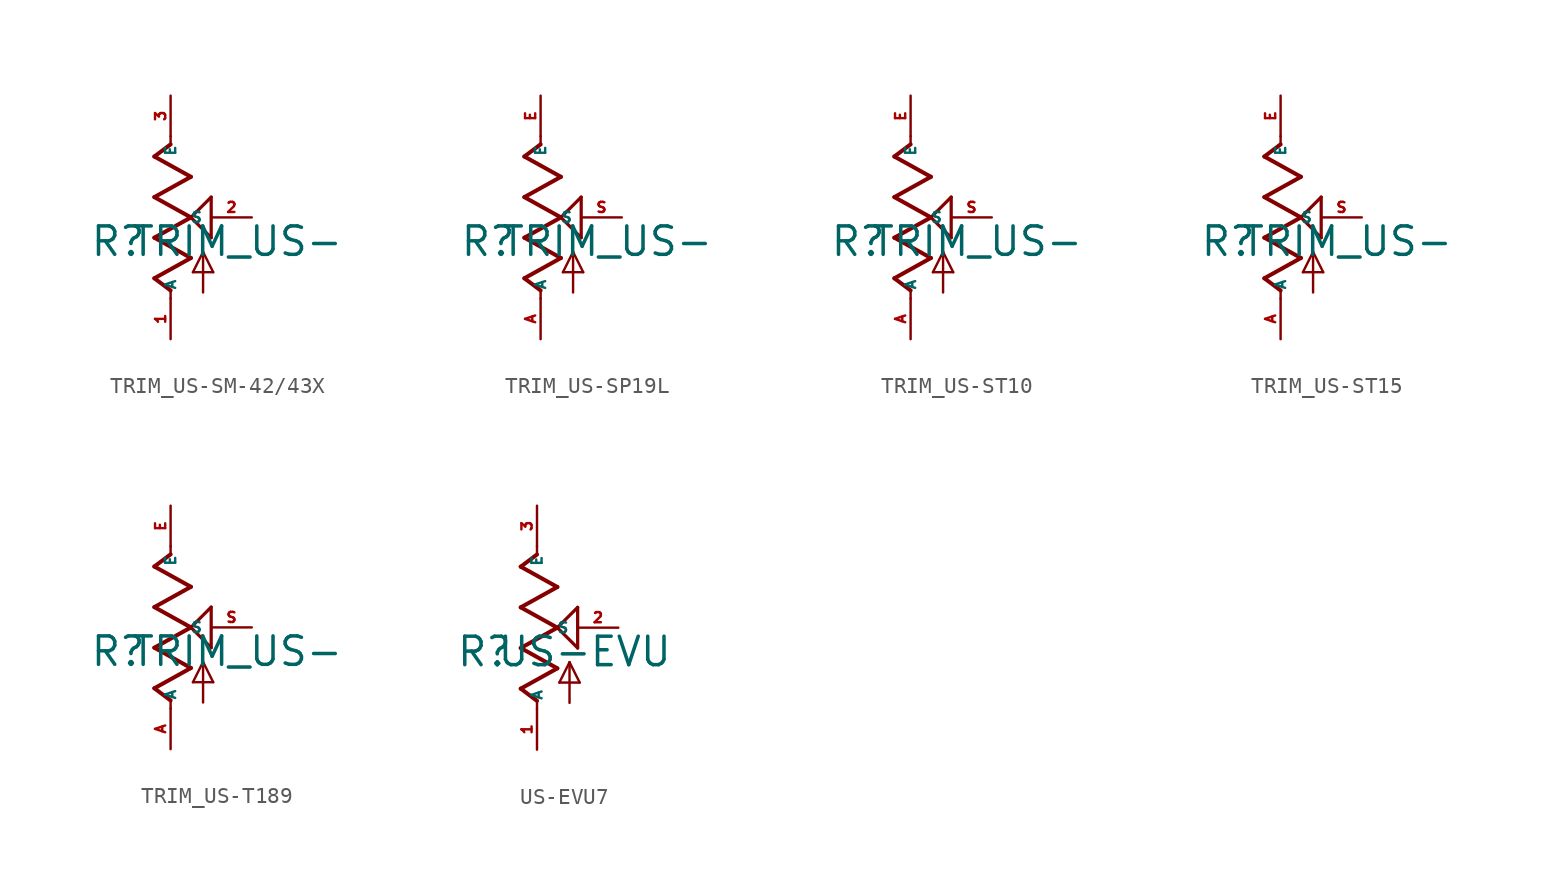
<source format=kicad_sym>
(kicad_symbol_lib
  (version 20220914)
  (generator Eagle2Kicad)
  (symbol "TRIM_US-SM-42/43X"
    (property "Reference" "R"
      (at -5.08 -2.54 0)
      (effects (font (size 1.778 1.778) (thickness 0.22)) (justify left bottom)))
    (property "Value" "TRIM_US-"
      (at -2.54 -2.54 0)
      (effects (font (size 1.778 1.778) (thickness 0.22)) (justify left bottom)))
    (polyline
      (pts (xy 0 -5.08) (xy 0 -4.572))
      (stroke (width 0.152) (type default))
      (fill (type none)))
    (polyline
      (pts (xy 0 -4.572) (xy -1.016 -3.81))
      (stroke (width 0.254) (type default))
      (fill (type none)))
    (polyline
      (pts (xy -1.016 -3.81) (xy 1.27 -2.54))
      (stroke (width 0.254) (type default))
      (fill (type none)))
    (polyline
      (pts (xy 1.27 -2.54) (xy -1.016 -1.27))
      (stroke (width 0.254) (type default))
      (fill (type none)))
    (polyline
      (pts (xy -1.016 -1.27) (xy 1.27 0))
      (stroke (width 0.254) (type default))
      (fill (type none)))
    (polyline
      (pts (xy 1.27 0) (xy -1.016 1.27))
      (stroke (width 0.254) (type default))
      (fill (type none)))
    (polyline
      (pts (xy -1.016 1.27) (xy 1.27 2.54))
      (stroke (width 0.254) (type default))
      (fill (type none)))
    (polyline
      (pts (xy 1.27 2.54) (xy -1.016 3.81))
      (stroke (width 0.254) (type default))
      (fill (type none)))
    (polyline
      (pts (xy -1.016 3.81) (xy 0 4.572))
      (stroke (width 0.254) (type default))
      (fill (type none)))
    (polyline
      (pts (xy 0 4.572) (xy 0 5.08))
      (stroke (width 0.152) (type default))
      (fill (type none)))
    (polyline
      (pts (xy 1.27 0) (xy 2.54 1.27))
      (stroke (width 0.203) (type default))
      (fill (type none)))
    (polyline
      (pts (xy 2.54 -1.27) (xy 1.27 0))
      (stroke (width 0.203) (type default))
      (fill (type none)))
    (polyline
      (pts (xy 2.54 1.27) (xy 2.54 -1.27))
      (stroke (width 0.203) (type default))
      (fill (type none)))
    (polyline
      (pts (xy 2.032 -4.699) (xy 2.032 -2.159))
      (stroke (width 0.152) (type default))
      (fill (type none)))
    (polyline
      (pts (xy 2.032 -2.159) (xy 2.667 -3.429))
      (stroke (width 0.152) (type default))
      (fill (type none)))
    (polyline
      (pts (xy 2.667 -3.429) (xy 1.397 -3.429))
      (stroke (width 0.152) (type default))
      (fill (type none)))
    (polyline
      (pts (xy 1.397 -3.429) (xy 2.032 -2.159))
      (stroke (width 0.152) (type default))
      (fill (type none)))
    (pin passive line
      (at 0 -7.62 90)
      (length 2.54)
      (name "A" (effects (font (size 0.635 0.635) (thickness 0.08)) (justify left bottom)))
      (number "1" (effects (font (size 0.635 0.635) (thickness 0.08)) (justify left bottom))))
    (pin passive line
      (at 0 7.62 270)
      (length 2.54)
      (name "E" (effects (font (size 0.635 0.635) (thickness 0.08)) (justify left bottom)))
      (number "3" (effects (font (size 0.635 0.635) (thickness 0.08)) (justify left bottom))))
    (pin passive line
      (at 5.08 0 180)
      (length 2.54)
      (name "S" (effects (font (size 0.635 0.635) (thickness 0.08)) (justify left bottom)))
      (number "2" (effects (font (size 0.635 0.635) (thickness 0.08)) (justify left bottom)))))
  (symbol "TRIM_US-SP19L"
    (property "Reference" "R"
      (at -5.08 -2.54 0)
      (effects (font (size 1.778 1.778) (thickness 0.22)) (justify left bottom)))
    (property "Value" "TRIM_US-"
      (at -2.54 -2.54 0)
      (effects (font (size 1.778 1.778) (thickness 0.22)) (justify left bottom)))
    (polyline
      (pts (xy 0 -5.08) (xy 0 -4.572))
      (stroke (width 0.152) (type default))
      (fill (type none)))
    (polyline
      (pts (xy 0 -4.572) (xy -1.016 -3.81))
      (stroke (width 0.254) (type default))
      (fill (type none)))
    (polyline
      (pts (xy -1.016 -3.81) (xy 1.27 -2.54))
      (stroke (width 0.254) (type default))
      (fill (type none)))
    (polyline
      (pts (xy 1.27 -2.54) (xy -1.016 -1.27))
      (stroke (width 0.254) (type default))
      (fill (type none)))
    (polyline
      (pts (xy -1.016 -1.27) (xy 1.27 0))
      (stroke (width 0.254) (type default))
      (fill (type none)))
    (polyline
      (pts (xy 1.27 0) (xy -1.016 1.27))
      (stroke (width 0.254) (type default))
      (fill (type none)))
    (polyline
      (pts (xy -1.016 1.27) (xy 1.27 2.54))
      (stroke (width 0.254) (type default))
      (fill (type none)))
    (polyline
      (pts (xy 1.27 2.54) (xy -1.016 3.81))
      (stroke (width 0.254) (type default))
      (fill (type none)))
    (polyline
      (pts (xy -1.016 3.81) (xy 0 4.572))
      (stroke (width 0.254) (type default))
      (fill (type none)))
    (polyline
      (pts (xy 0 4.572) (xy 0 5.08))
      (stroke (width 0.152) (type default))
      (fill (type none)))
    (polyline
      (pts (xy 1.27 0) (xy 2.54 1.27))
      (stroke (width 0.203) (type default))
      (fill (type none)))
    (polyline
      (pts (xy 2.54 -1.27) (xy 1.27 0))
      (stroke (width 0.203) (type default))
      (fill (type none)))
    (polyline
      (pts (xy 2.54 1.27) (xy 2.54 -1.27))
      (stroke (width 0.203) (type default))
      (fill (type none)))
    (polyline
      (pts (xy 2.032 -4.699) (xy 2.032 -2.159))
      (stroke (width 0.152) (type default))
      (fill (type none)))
    (polyline
      (pts (xy 2.032 -2.159) (xy 2.667 -3.429))
      (stroke (width 0.152) (type default))
      (fill (type none)))
    (polyline
      (pts (xy 2.667 -3.429) (xy 1.397 -3.429))
      (stroke (width 0.152) (type default))
      (fill (type none)))
    (polyline
      (pts (xy 1.397 -3.429) (xy 2.032 -2.159))
      (stroke (width 0.152) (type default))
      (fill (type none)))
    (pin passive line
      (at 0 -7.62 90)
      (length 2.54)
      (name "A" (effects (font (size 0.635 0.635) (thickness 0.08)) (justify left bottom)))
      (number "A" (effects (font (size 0.635 0.635) (thickness 0.08)) (justify left bottom))))
    (pin passive line
      (at 0 7.62 270)
      (length 2.54)
      (name "E" (effects (font (size 0.635 0.635) (thickness 0.08)) (justify left bottom)))
      (number "E" (effects (font (size 0.635 0.635) (thickness 0.08)) (justify left bottom))))
    (pin passive line
      (at 5.08 0 180)
      (length 2.54)
      (name "S" (effects (font (size 0.635 0.635) (thickness 0.08)) (justify left bottom)))
      (number "S" (effects (font (size 0.635 0.635) (thickness 0.08)) (justify left bottom)))))
  (symbol "TRIM_US-ST10"
    (property "Reference" "R"
      (at -5.08 -2.54 0)
      (effects (font (size 1.778 1.778) (thickness 0.22)) (justify left bottom)))
    (property "Value" "TRIM_US-"
      (at -2.54 -2.54 0)
      (effects (font (size 1.778 1.778) (thickness 0.22)) (justify left bottom)))
    (polyline
      (pts (xy 0 -5.08) (xy 0 -4.572))
      (stroke (width 0.152) (type default))
      (fill (type none)))
    (polyline
      (pts (xy 0 -4.572) (xy -1.016 -3.81))
      (stroke (width 0.254) (type default))
      (fill (type none)))
    (polyline
      (pts (xy -1.016 -3.81) (xy 1.27 -2.54))
      (stroke (width 0.254) (type default))
      (fill (type none)))
    (polyline
      (pts (xy 1.27 -2.54) (xy -1.016 -1.27))
      (stroke (width 0.254) (type default))
      (fill (type none)))
    (polyline
      (pts (xy -1.016 -1.27) (xy 1.27 0))
      (stroke (width 0.254) (type default))
      (fill (type none)))
    (polyline
      (pts (xy 1.27 0) (xy -1.016 1.27))
      (stroke (width 0.254) (type default))
      (fill (type none)))
    (polyline
      (pts (xy -1.016 1.27) (xy 1.27 2.54))
      (stroke (width 0.254) (type default))
      (fill (type none)))
    (polyline
      (pts (xy 1.27 2.54) (xy -1.016 3.81))
      (stroke (width 0.254) (type default))
      (fill (type none)))
    (polyline
      (pts (xy -1.016 3.81) (xy 0 4.572))
      (stroke (width 0.254) (type default))
      (fill (type none)))
    (polyline
      (pts (xy 0 4.572) (xy 0 5.08))
      (stroke (width 0.152) (type default))
      (fill (type none)))
    (polyline
      (pts (xy 1.27 0) (xy 2.54 1.27))
      (stroke (width 0.203) (type default))
      (fill (type none)))
    (polyline
      (pts (xy 2.54 -1.27) (xy 1.27 0))
      (stroke (width 0.203) (type default))
      (fill (type none)))
    (polyline
      (pts (xy 2.54 1.27) (xy 2.54 -1.27))
      (stroke (width 0.203) (type default))
      (fill (type none)))
    (polyline
      (pts (xy 2.032 -4.699) (xy 2.032 -2.159))
      (stroke (width 0.152) (type default))
      (fill (type none)))
    (polyline
      (pts (xy 2.032 -2.159) (xy 2.667 -3.429))
      (stroke (width 0.152) (type default))
      (fill (type none)))
    (polyline
      (pts (xy 2.667 -3.429) (xy 1.397 -3.429))
      (stroke (width 0.152) (type default))
      (fill (type none)))
    (polyline
      (pts (xy 1.397 -3.429) (xy 2.032 -2.159))
      (stroke (width 0.152) (type default))
      (fill (type none)))
    (pin passive line
      (at 0 -7.62 90)
      (length 2.54)
      (name "A" (effects (font (size 0.635 0.635) (thickness 0.08)) (justify left bottom)))
      (number "A" (effects (font (size 0.635 0.635) (thickness 0.08)) (justify left bottom))))
    (pin passive line
      (at 0 7.62 270)
      (length 2.54)
      (name "E" (effects (font (size 0.635 0.635) (thickness 0.08)) (justify left bottom)))
      (number "E" (effects (font (size 0.635 0.635) (thickness 0.08)) (justify left bottom))))
    (pin passive line
      (at 5.08 0 180)
      (length 2.54)
      (name "S" (effects (font (size 0.635 0.635) (thickness 0.08)) (justify left bottom)))
      (number "S" (effects (font (size 0.635 0.635) (thickness 0.08)) (justify left bottom)))))
  (symbol "TRIM_US-ST15"
    (property "Reference" "R"
      (at -5.08 -2.54 0)
      (effects (font (size 1.778 1.778) (thickness 0.22)) (justify left bottom)))
    (property "Value" "TRIM_US-"
      (at -2.54 -2.54 0)
      (effects (font (size 1.778 1.778) (thickness 0.22)) (justify left bottom)))
    (polyline
      (pts (xy 0 -5.08) (xy 0 -4.572))
      (stroke (width 0.152) (type default))
      (fill (type none)))
    (polyline
      (pts (xy 0 -4.572) (xy -1.016 -3.81))
      (stroke (width 0.254) (type default))
      (fill (type none)))
    (polyline
      (pts (xy -1.016 -3.81) (xy 1.27 -2.54))
      (stroke (width 0.254) (type default))
      (fill (type none)))
    (polyline
      (pts (xy 1.27 -2.54) (xy -1.016 -1.27))
      (stroke (width 0.254) (type default))
      (fill (type none)))
    (polyline
      (pts (xy -1.016 -1.27) (xy 1.27 0))
      (stroke (width 0.254) (type default))
      (fill (type none)))
    (polyline
      (pts (xy 1.27 0) (xy -1.016 1.27))
      (stroke (width 0.254) (type default))
      (fill (type none)))
    (polyline
      (pts (xy -1.016 1.27) (xy 1.27 2.54))
      (stroke (width 0.254) (type default))
      (fill (type none)))
    (polyline
      (pts (xy 1.27 2.54) (xy -1.016 3.81))
      (stroke (width 0.254) (type default))
      (fill (type none)))
    (polyline
      (pts (xy -1.016 3.81) (xy 0 4.572))
      (stroke (width 0.254) (type default))
      (fill (type none)))
    (polyline
      (pts (xy 0 4.572) (xy 0 5.08))
      (stroke (width 0.152) (type default))
      (fill (type none)))
    (polyline
      (pts (xy 1.27 0) (xy 2.54 1.27))
      (stroke (width 0.203) (type default))
      (fill (type none)))
    (polyline
      (pts (xy 2.54 -1.27) (xy 1.27 0))
      (stroke (width 0.203) (type default))
      (fill (type none)))
    (polyline
      (pts (xy 2.54 1.27) (xy 2.54 -1.27))
      (stroke (width 0.203) (type default))
      (fill (type none)))
    (polyline
      (pts (xy 2.032 -4.699) (xy 2.032 -2.159))
      (stroke (width 0.152) (type default))
      (fill (type none)))
    (polyline
      (pts (xy 2.032 -2.159) (xy 2.667 -3.429))
      (stroke (width 0.152) (type default))
      (fill (type none)))
    (polyline
      (pts (xy 2.667 -3.429) (xy 1.397 -3.429))
      (stroke (width 0.152) (type default))
      (fill (type none)))
    (polyline
      (pts (xy 1.397 -3.429) (xy 2.032 -2.159))
      (stroke (width 0.152) (type default))
      (fill (type none)))
    (pin passive line
      (at 0 -7.62 90)
      (length 2.54)
      (name "A" (effects (font (size 0.635 0.635) (thickness 0.08)) (justify left bottom)))
      (number "A" (effects (font (size 0.635 0.635) (thickness 0.08)) (justify left bottom))))
    (pin passive line
      (at 0 7.62 270)
      (length 2.54)
      (name "E" (effects (font (size 0.635 0.635) (thickness 0.08)) (justify left bottom)))
      (number "E" (effects (font (size 0.635 0.635) (thickness 0.08)) (justify left bottom))))
    (pin passive line
      (at 5.08 0 180)
      (length 2.54)
      (name "S" (effects (font (size 0.635 0.635) (thickness 0.08)) (justify left bottom)))
      (number "S" (effects (font (size 0.635 0.635) (thickness 0.08)) (justify left bottom)))))
  (symbol "TRIM_US-T189"
    (property "Reference" "R"
      (at -5.08 -2.54 0)
      (effects (font (size 1.778 1.778) (thickness 0.22)) (justify left bottom)))
    (property "Value" "TRIM_US-"
      (at -2.54 -2.54 0)
      (effects (font (size 1.778 1.778) (thickness 0.22)) (justify left bottom)))
    (polyline
      (pts (xy 0 -5.08) (xy 0 -4.572))
      (stroke (width 0.152) (type default))
      (fill (type none)))
    (polyline
      (pts (xy 0 -4.572) (xy -1.016 -3.81))
      (stroke (width 0.254) (type default))
      (fill (type none)))
    (polyline
      (pts (xy -1.016 -3.81) (xy 1.27 -2.54))
      (stroke (width 0.254) (type default))
      (fill (type none)))
    (polyline
      (pts (xy 1.27 -2.54) (xy -1.016 -1.27))
      (stroke (width 0.254) (type default))
      (fill (type none)))
    (polyline
      (pts (xy -1.016 -1.27) (xy 1.27 0))
      (stroke (width 0.254) (type default))
      (fill (type none)))
    (polyline
      (pts (xy 1.27 0) (xy -1.016 1.27))
      (stroke (width 0.254) (type default))
      (fill (type none)))
    (polyline
      (pts (xy -1.016 1.27) (xy 1.27 2.54))
      (stroke (width 0.254) (type default))
      (fill (type none)))
    (polyline
      (pts (xy 1.27 2.54) (xy -1.016 3.81))
      (stroke (width 0.254) (type default))
      (fill (type none)))
    (polyline
      (pts (xy -1.016 3.81) (xy 0 4.572))
      (stroke (width 0.254) (type default))
      (fill (type none)))
    (polyline
      (pts (xy 0 4.572) (xy 0 5.08))
      (stroke (width 0.152) (type default))
      (fill (type none)))
    (polyline
      (pts (xy 1.27 0) (xy 2.54 1.27))
      (stroke (width 0.203) (type default))
      (fill (type none)))
    (polyline
      (pts (xy 2.54 -1.27) (xy 1.27 0))
      (stroke (width 0.203) (type default))
      (fill (type none)))
    (polyline
      (pts (xy 2.54 1.27) (xy 2.54 -1.27))
      (stroke (width 0.203) (type default))
      (fill (type none)))
    (polyline
      (pts (xy 2.032 -4.699) (xy 2.032 -2.159))
      (stroke (width 0.152) (type default))
      (fill (type none)))
    (polyline
      (pts (xy 2.032 -2.159) (xy 2.667 -3.429))
      (stroke (width 0.152) (type default))
      (fill (type none)))
    (polyline
      (pts (xy 2.667 -3.429) (xy 1.397 -3.429))
      (stroke (width 0.152) (type default))
      (fill (type none)))
    (polyline
      (pts (xy 1.397 -3.429) (xy 2.032 -2.159))
      (stroke (width 0.152) (type default))
      (fill (type none)))
    (pin passive line
      (at 0 -7.62 90)
      (length 2.54)
      (name "A" (effects (font (size 0.635 0.635) (thickness 0.08)) (justify left bottom)))
      (number "A" (effects (font (size 0.635 0.635) (thickness 0.08)) (justify left bottom))))
    (pin passive line
      (at 0 7.62 270)
      (length 2.54)
      (name "E" (effects (font (size 0.635 0.635) (thickness 0.08)) (justify left bottom)))
      (number "E" (effects (font (size 0.635 0.635) (thickness 0.08)) (justify left bottom))))
    (pin passive line
      (at 5.08 0 180)
      (length 2.54)
      (name "S" (effects (font (size 0.635 0.635) (thickness 0.08)) (justify left bottom)))
      (number "S" (effects (font (size 0.635 0.635) (thickness 0.08)) (justify left bottom)))))
  (symbol "US-EVU7"
    (property "Reference" "R"
      (at -5.08 -2.54 0)
      (effects (font (size 1.778 1.778) (thickness 0.22)) (justify left bottom)))
    (property "Value" "US-EVU"
      (at -2.54 -2.54 0)
      (effects (font (size 1.778 1.778) (thickness 0.22)) (justify left bottom)))
    (polyline
      (pts (xy 0 -5.08) (xy 0 -4.572))
      (stroke (width 0.152) (type default))
      (fill (type none)))
    (polyline
      (pts (xy 0 -4.572) (xy -1.016 -3.81))
      (stroke (width 0.254) (type default))
      (fill (type none)))
    (polyline
      (pts (xy -1.016 -3.81) (xy 1.27 -2.54))
      (stroke (width 0.254) (type default))
      (fill (type none)))
    (polyline
      (pts (xy 1.27 -2.54) (xy -1.016 -1.27))
      (stroke (width 0.254) (type default))
      (fill (type none)))
    (polyline
      (pts (xy -1.016 -1.27) (xy 1.27 0))
      (stroke (width 0.254) (type default))
      (fill (type none)))
    (polyline
      (pts (xy 1.27 0) (xy -1.016 1.27))
      (stroke (width 0.254) (type default))
      (fill (type none)))
    (polyline
      (pts (xy -1.016 1.27) (xy 1.27 2.54))
      (stroke (width 0.254) (type default))
      (fill (type none)))
    (polyline
      (pts (xy 1.27 2.54) (xy -1.016 3.81))
      (stroke (width 0.254) (type default))
      (fill (type none)))
    (polyline
      (pts (xy -1.016 3.81) (xy 0 4.572))
      (stroke (width 0.254) (type default))
      (fill (type none)))
    (polyline
      (pts (xy 0 4.572) (xy 0 5.08))
      (stroke (width 0.152) (type default))
      (fill (type none)))
    (polyline
      (pts (xy 1.27 0) (xy 2.54 1.27))
      (stroke (width 0.203) (type default))
      (fill (type none)))
    (polyline
      (pts (xy 2.54 -1.27) (xy 1.27 0))
      (stroke (width 0.203) (type default))
      (fill (type none)))
    (polyline
      (pts (xy 2.54 1.27) (xy 2.54 -1.27))
      (stroke (width 0.203) (type default))
      (fill (type none)))
    (polyline
      (pts (xy 2.032 -4.699) (xy 2.032 -2.159))
      (stroke (width 0.152) (type default))
      (fill (type none)))
    (polyline
      (pts (xy 2.032 -2.159) (xy 2.667 -3.429))
      (stroke (width 0.152) (type default))
      (fill (type none)))
    (polyline
      (pts (xy 2.667 -3.429) (xy 1.397 -3.429))
      (stroke (width 0.152) (type default))
      (fill (type none)))
    (polyline
      (pts (xy 1.397 -3.429) (xy 2.032 -2.159))
      (stroke (width 0.152) (type default))
      (fill (type none)))
    (pin passive line
      (at 0 -7.62 90)
      (length 2.54)
      (name "A" (effects (font (size 0.635 0.635) (thickness 0.08)) (justify left bottom)))
      (number "1" (effects (font (size 0.635 0.635) (thickness 0.08)) (justify left bottom))))
    (pin passive line
      (at 0 7.62 270)
      (length 2.54)
      (name "E" (effects (font (size 0.635 0.635) (thickness 0.08)) (justify left bottom)))
      (number "3" (effects (font (size 0.635 0.635) (thickness 0.08)) (justify left bottom))))
    (pin passive line
      (at 5.08 0 180)
      (length 2.54)
      (name "S" (effects (font (size 0.635 0.635) (thickness 0.08)) (justify left bottom)))
      (number "2" (effects (font (size 0.635 0.635) (thickness 0.08)) (justify left bottom))))))
</source>
